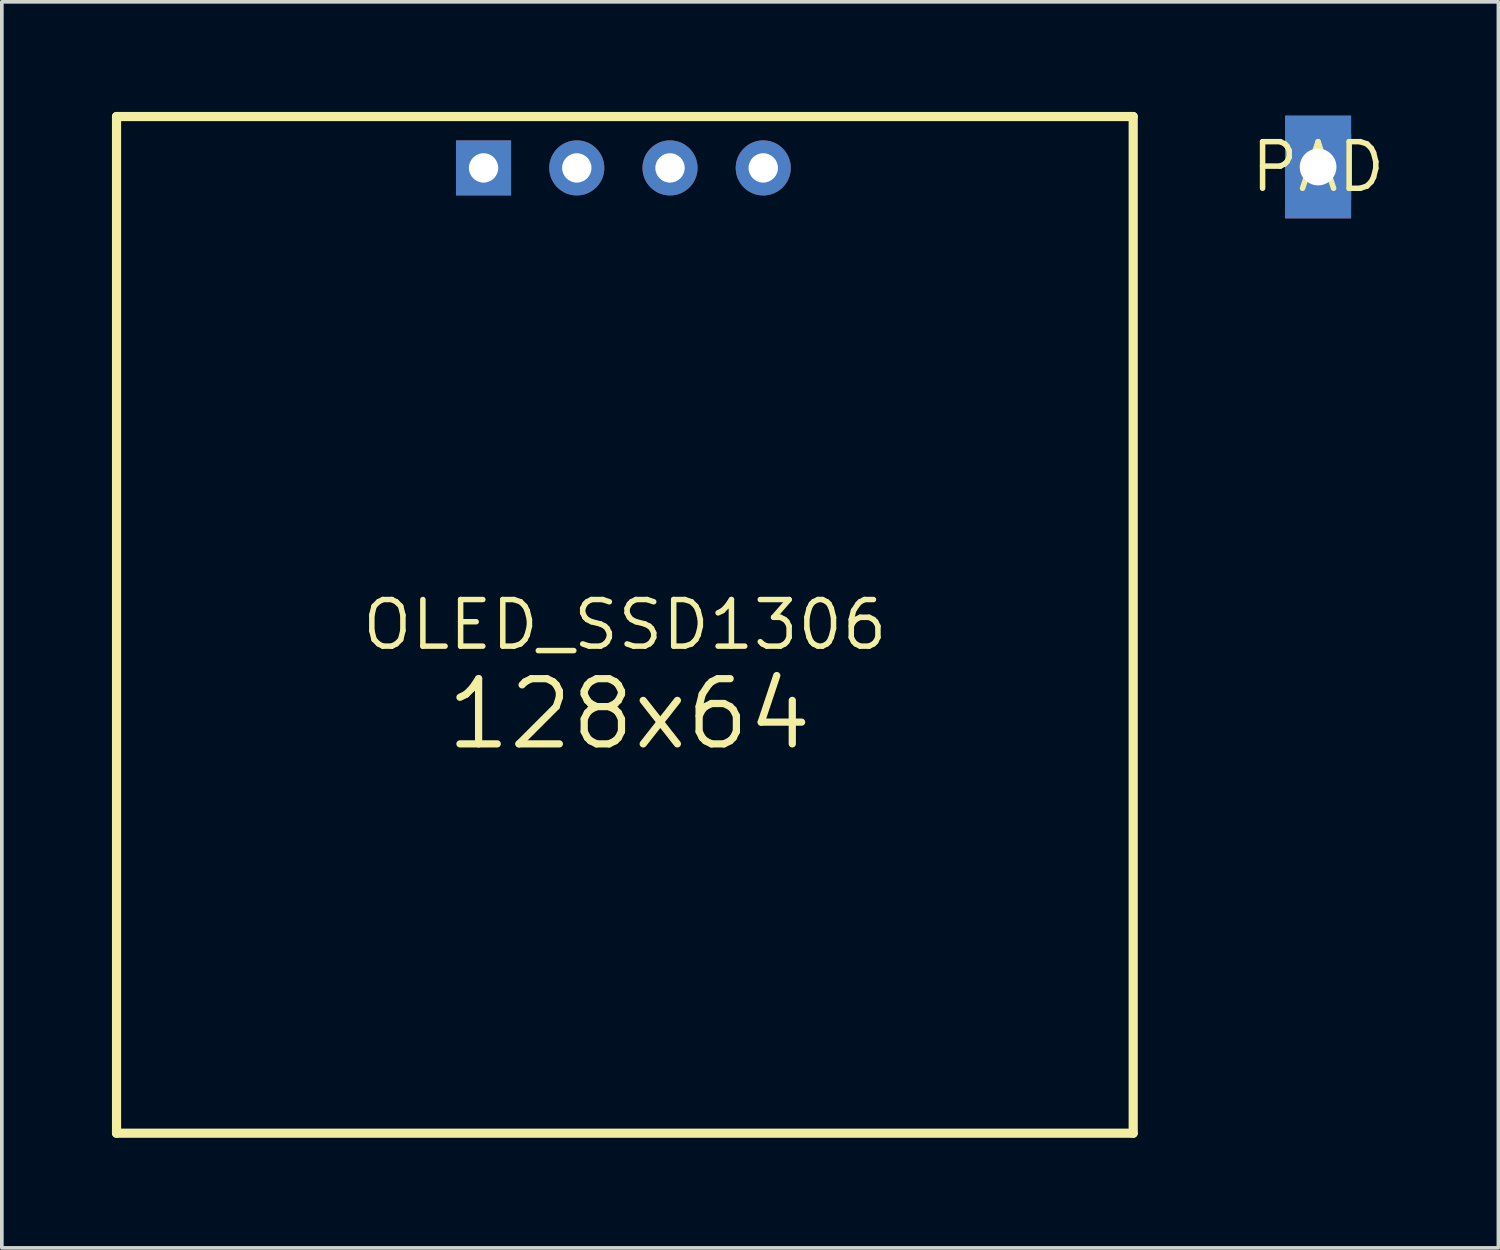
<source format=kicad_pcb>
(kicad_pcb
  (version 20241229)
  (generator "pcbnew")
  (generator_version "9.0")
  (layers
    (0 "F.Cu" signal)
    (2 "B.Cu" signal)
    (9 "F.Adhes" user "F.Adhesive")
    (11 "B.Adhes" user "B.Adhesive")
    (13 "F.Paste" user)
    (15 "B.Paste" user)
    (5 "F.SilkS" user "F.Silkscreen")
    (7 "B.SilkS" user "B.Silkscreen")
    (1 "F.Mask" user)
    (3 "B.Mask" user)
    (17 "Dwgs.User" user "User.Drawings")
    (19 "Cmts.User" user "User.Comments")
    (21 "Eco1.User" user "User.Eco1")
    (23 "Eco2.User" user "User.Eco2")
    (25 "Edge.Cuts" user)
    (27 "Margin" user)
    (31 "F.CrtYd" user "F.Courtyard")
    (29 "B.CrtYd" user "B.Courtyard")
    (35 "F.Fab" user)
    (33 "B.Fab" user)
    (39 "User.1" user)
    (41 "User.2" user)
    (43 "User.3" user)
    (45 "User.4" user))
  (footprint "OLED_SSD1306"
    (layer "F.Cu")
    (at 13.975 13.975)
    (property "Reference" "OLED_SSD1306" (at 0 0 0) (layer "F.SilkS") (effects (font (size 1.27 1.27) (thickness 0.15))))
    (fp_line (start -13.85 -13.85) (end 13.85 -13.85) (stroke (width 0.25) (type solid)) (layer "F.SilkS"))
    (fp_line (start -13.85 13.85) (end -13.85 -13.85) (stroke (width 0.25) (type solid)) (layer "F.SilkS"))
    (fp_line (start 13.85 -13.85) (end 13.85 13.85) (stroke (width 0.25) (type solid)) (layer "F.SilkS"))
    (fp_line (start 13.85 13.85) (end -13.85 13.85) (stroke (width 0.25) (type solid)) (layer "F.SilkS"))
    (fp_text user "128x64" (at -4.961 1.391 0) (unlocked yes) (layer "F.SilkS") (effects (font (size 1.777 1.777) (thickness 0.197)) (justify left top)))
    (pad "1" thru_hole rect (at -3.85 -12.45) (size 1.5 1.5) (drill 0.8) (layers "*.Cu" "*.Mask"))
    (pad "2" thru_hole circle (at -1.31 -12.45) (size 1.5 1.5) (drill 0.8) (layers "*.Cu" "*.Mask"))
    (pad "3" thru_hole circle (at 1.23 -12.45) (size 1.5 1.5) (drill 0.8) (layers "*.Cu" "*.Mask"))
    (pad "4" thru_hole circle (at 3.77 -12.45) (size 1.5 1.5) (drill 0.8) (layers "*.Cu" "*.Mask")))
  (footprint "PAD"
    (layer "F.Cu")
    (at 32.862 1.5)
    (property "Reference" "PAD" (at 0 0 0) (layer "F.SilkS") (effects (font (size 1.27 1.27) (thickness 0.15))))
    (fp_poly (pts (xy 0.9 1.4) (xy -0.9 1.4) (xy -0.9 -1.4) (xy 0.9 -1.4)) (stroke (width 0) (type default)) (fill yes) (layer "F.Cu"))
    (fp_poly (pts (xy -1 -1.5) (xy 1 -1.5) (xy 1 1.5) (xy -1 1.5)) (stroke (width 0) (type default)) (fill yes) (layer "F.Mask"))
    (fp_poly (pts (xy 0.9 1.4) (xy -0.9 1.4) (xy -0.9 -1.4) (xy 0.9 -1.4)) (stroke (width 0) (type default)) (fill yes) (layer "B.Cu"))
    (fp_poly (pts (xy -0.95 -1.45) (xy 0.95 -1.45) (xy 0.95 1.45) (xy -0.95 1.45)) (stroke (width 0) (type default)) (fill yes) (layer "B.Mask"))
    (pad "1" thru_hole rect (at 0 0) (size 1.8 1.8) (drill 1) (layers "*.Cu")))
  (gr_rect
    (start -3 -3)
    (end 37.775 30.95)
    (stroke (width 0.1) (type default))
    (fill no)
    (layer "Edge.Cuts")))
</source>
